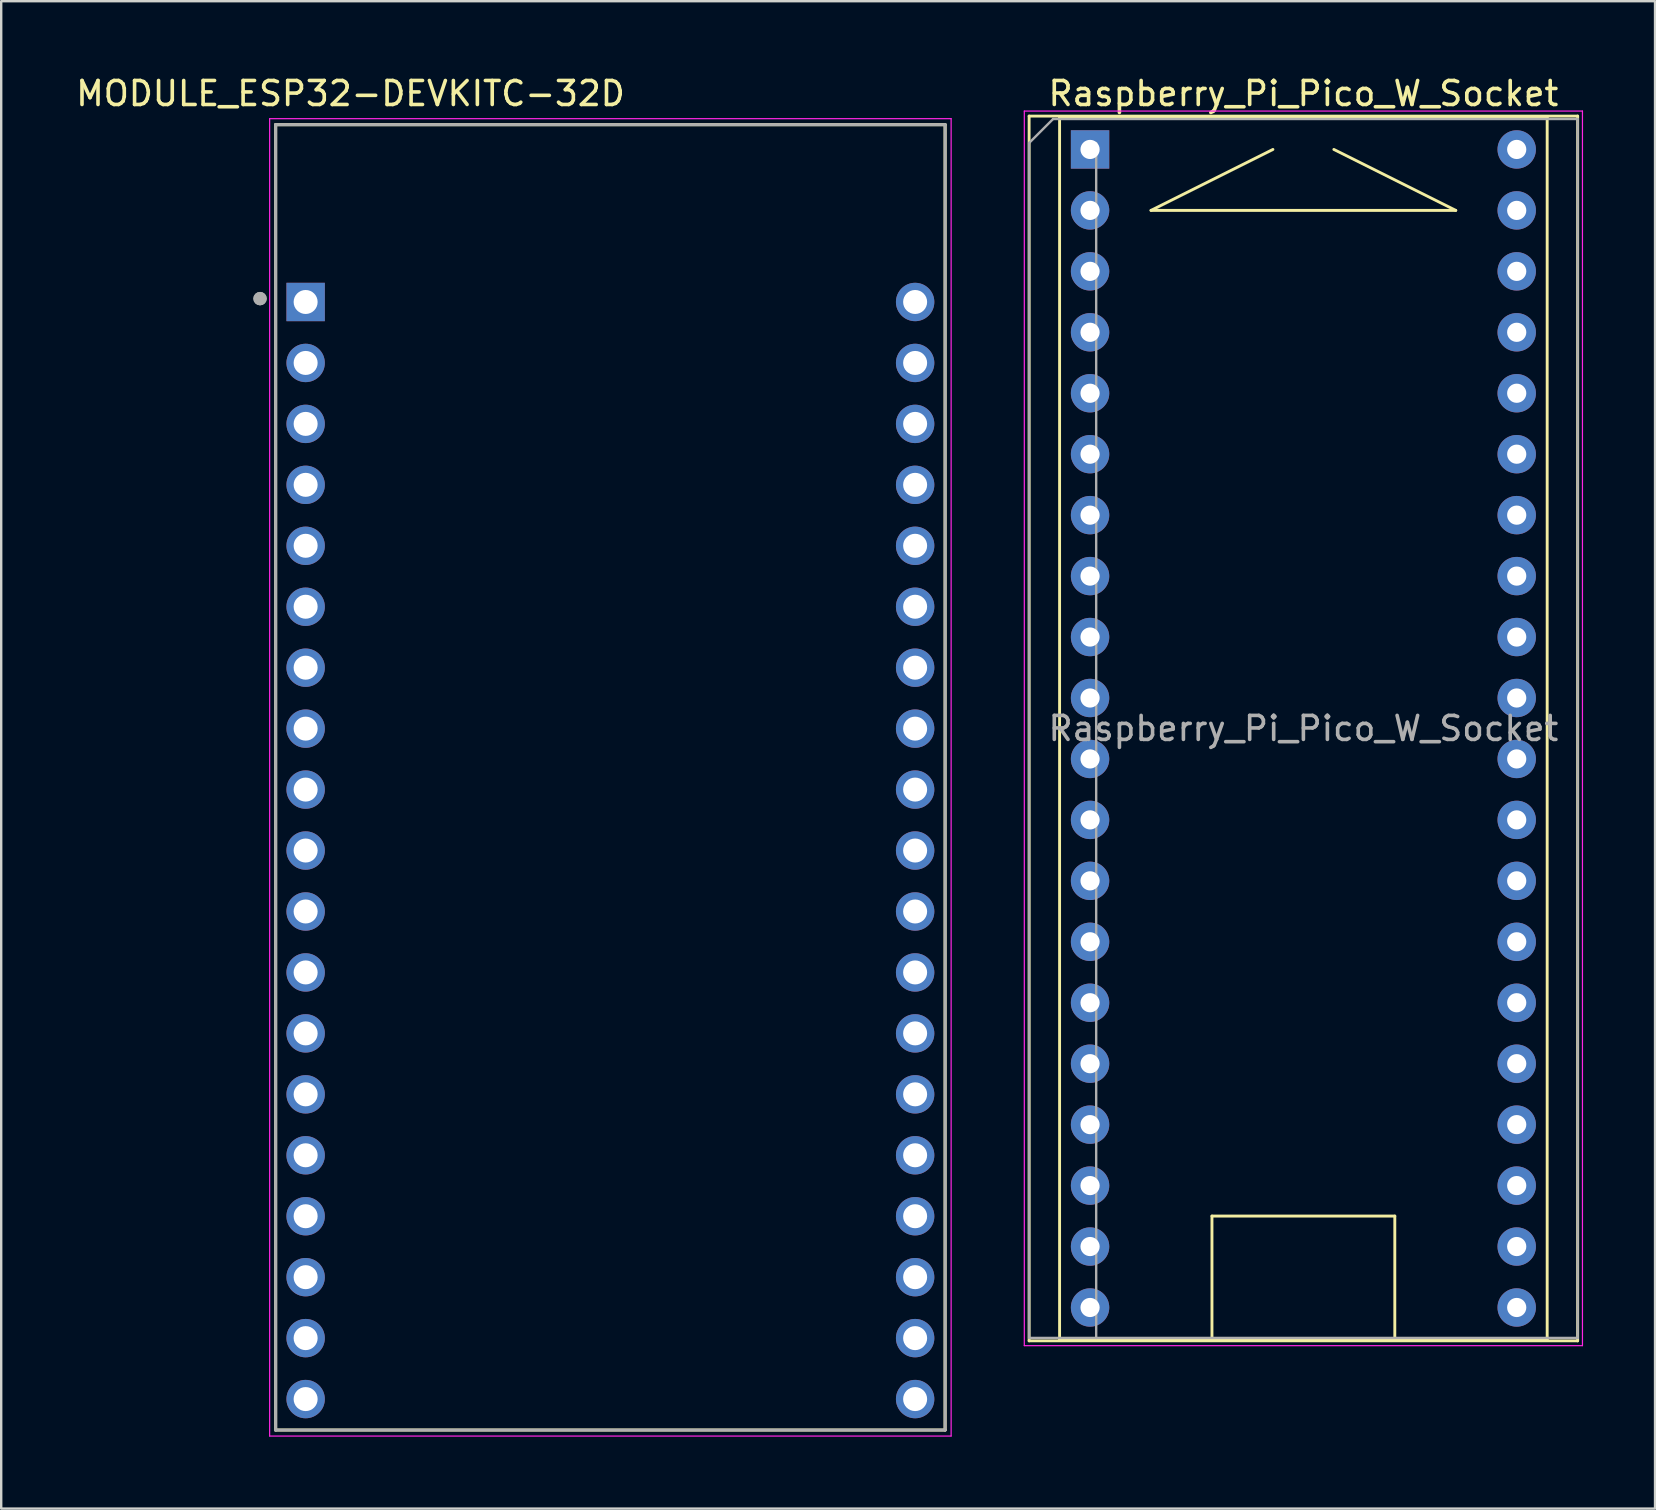
<source format=kicad_pcb>
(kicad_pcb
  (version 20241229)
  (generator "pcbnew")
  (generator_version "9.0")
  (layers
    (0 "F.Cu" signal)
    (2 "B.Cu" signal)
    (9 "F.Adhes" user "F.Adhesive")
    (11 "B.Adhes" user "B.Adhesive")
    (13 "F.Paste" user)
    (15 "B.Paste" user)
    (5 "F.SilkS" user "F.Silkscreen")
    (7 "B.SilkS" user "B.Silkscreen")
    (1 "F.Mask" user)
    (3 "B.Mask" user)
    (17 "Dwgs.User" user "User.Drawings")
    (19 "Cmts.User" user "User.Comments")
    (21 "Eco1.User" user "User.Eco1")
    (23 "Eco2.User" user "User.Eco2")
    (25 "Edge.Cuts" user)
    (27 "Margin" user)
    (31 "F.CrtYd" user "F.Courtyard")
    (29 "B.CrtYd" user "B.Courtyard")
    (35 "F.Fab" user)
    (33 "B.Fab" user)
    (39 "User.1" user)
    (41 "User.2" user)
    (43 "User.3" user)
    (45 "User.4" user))
  (footprint "Raspberry_Pi_Pico_W_Socket"
    (layer "F.Cu")
    (at 51.267 27.308)
    (property "Reference" "Raspberry_Pi_Pico_W_Socket" (at 0 -26.46 0) (layer "F.SilkS") (effects (font (size 1 1) (thickness 0.15))))
    (attr through_hole)
    (fp_line (start -11.43 -25.52) (end -11.43 25.52) (stroke (width 0.12) (type solid)) (layer "F.SilkS"))
    (fp_line (start -11.43 25.52) (end 11.43 25.52) (stroke (width 0.12) (type solid)) (layer "F.SilkS"))
    (fp_line (start -10.16 -25.46) (end -10.16 25.46) (stroke (width 0.12) (type solid)) (layer "F.SilkS"))
    (fp_line (start -10.16 25.46) (end 10.16 25.46) (stroke (width 0.12) (type solid)) (layer "F.SilkS"))
    (fp_line (start -6.35 -21.59) (end -1.27 -24.13) (stroke (width 0.12) (type solid)) (layer "F.SilkS"))
    (fp_line (start -3.81 20.32) (end 3.81 20.32) (stroke (width 0.12) (type solid)) (layer "F.SilkS"))
    (fp_line (start -3.81 25.4) (end -3.81 20.32) (stroke (width 0.12) (type solid)) (layer "F.SilkS"))
    (fp_line (start 1.27 -24.13) (end 6.35 -21.59) (stroke (width 0.12) (type solid)) (layer "F.SilkS"))
    (fp_line (start 3.81 20.32) (end 3.81 25.4) (stroke (width 0.12) (type solid)) (layer "F.SilkS"))
    (fp_line (start 6.35 -21.59) (end -6.35 -21.59) (stroke (width 0.12) (type solid)) (layer "F.SilkS"))
    (fp_line (start 10.16 -25.46) (end -10.16 -25.46) (stroke (width 0.12) (type solid)) (layer "F.SilkS"))
    (fp_line (start 10.16 25.46) (end 10.16 -25.46) (stroke (width 0.12) (type solid)) (layer "F.SilkS"))
    (fp_line (start 11.43 -25.52) (end -11.43 -25.52) (stroke (width 0.12) (type solid)) (layer "F.SilkS"))
    (fp_line (start 11.43 25.52) (end 11.43 -25.52) (stroke (width 0.12) (type solid)) (layer "F.SilkS"))
    (fp_line (start -11.63 -25.73) (end -11.63 25.72) (stroke (width 0.05) (type solid)) (layer "F.CrtYd"))
    (fp_line (start -11.63 25.72) (end 11.63 25.72) (stroke (width 0.05) (type solid)) (layer "F.CrtYd"))
    (fp_line (start 11.63 -25.73) (end -11.63 -25.73) (stroke (width 0.05) (type solid)) (layer "F.CrtYd"))
    (fp_line (start 11.63 25.72) (end 11.63 -25.73) (stroke (width 0.05) (type solid)) (layer "F.CrtYd"))
    (fp_line (start -11.43 -24.4) (end -11.43 25.4) (stroke (width 0.1) (type solid)) (layer "F.Fab"))
    (fp_line (start -11.43 -24.4) (end -10.43 -25.4) (stroke (width 0.1) (type solid)) (layer "F.Fab"))
    (fp_line (start -10.43 -25.4) (end 11.43 -25.4) (stroke (width 0.1) (type solid)) (layer "F.Fab"))
    (fp_line (start -8.635 25.4) (end -8.635 -24.4) (stroke (width 0.1) (type solid)) (layer "F.Fab"))
    (fp_line (start 11.43 -25.4) (end 11.43 25.4) (stroke (width 0.1) (type solid)) (layer "F.Fab"))
    (fp_line (start 11.43 25.4) (end -11.43 25.4) (stroke (width 0.1) (type solid)) (layer "F.Fab"))
    (fp_text user "${REFERENCE}" (at 0 0 0) (layer "F.Fab") (effects (font (size 1 1) (thickness 0.15))))
    (pad "1" thru_hole rect (at -8.89 -24.13) (size 1.6 1.6) (drill 0.8) (layers "*.Cu" "*.Mask"))
    (pad "2" thru_hole oval (at -8.89 -21.59) (size 1.6 1.6) (drill 0.8) (layers "*.Cu" "*.Mask"))
    (pad "3" thru_hole oval (at -8.89 -19.05) (size 1.6 1.6) (drill 0.8) (layers "*.Cu" "*.Mask"))
    (pad "4" thru_hole oval (at -8.89 -16.51) (size 1.6 1.6) (drill 0.8) (layers "*.Cu" "*.Mask"))
    (pad "5" thru_hole oval (at -8.89 -13.97) (size 1.6 1.6) (drill 0.8) (layers "*.Cu" "*.Mask"))
    (pad "6" thru_hole oval (at -8.89 -11.43) (size 1.6 1.6) (drill 0.8) (layers "*.Cu" "*.Mask"))
    (pad "7" thru_hole oval (at -8.89 -8.89) (size 1.6 1.6) (drill 0.8) (layers "*.Cu" "*.Mask"))
    (pad "8" thru_hole oval (at -8.89 -6.35) (size 1.6 1.6) (drill 0.8) (layers "*.Cu" "*.Mask"))
    (pad "9" thru_hole oval (at -8.89 -3.81) (size 1.6 1.6) (drill 0.8) (layers "*.Cu" "*.Mask"))
    (pad "10" thru_hole oval (at -8.89 -1.27) (size 1.6 1.6) (drill 0.8) (layers "*.Cu" "*.Mask"))
    (pad "11" thru_hole oval (at -8.89 1.27) (size 1.6 1.6) (drill 0.8) (layers "*.Cu" "*.Mask"))
    (pad "12" thru_hole oval (at -8.89 3.81) (size 1.6 1.6) (drill 0.8) (layers "*.Cu" "*.Mask"))
    (pad "13" thru_hole oval (at -8.89 6.35) (size 1.6 1.6) (drill 0.8) (layers "*.Cu" "*.Mask"))
    (pad "14" thru_hole oval (at -8.89 8.89) (size 1.6 1.6) (drill 0.8) (layers "*.Cu" "*.Mask"))
    (pad "15" thru_hole oval (at -8.89 11.43) (size 1.6 1.6) (drill 0.8) (layers "*.Cu" "*.Mask"))
    (pad "16" thru_hole oval (at -8.89 13.97) (size 1.6 1.6) (drill 0.8) (layers "*.Cu" "*.Mask"))
    (pad "17" thru_hole oval (at -8.89 16.51) (size 1.6 1.6) (drill 0.8) (layers "*.Cu" "*.Mask"))
    (pad "18" thru_hole oval (at -8.89 19.05) (size 1.6 1.6) (drill 0.8) (layers "*.Cu" "*.Mask"))
    (pad "19" thru_hole oval (at -8.89 21.59) (size 1.6 1.6) (drill 0.8) (layers "*.Cu" "*.Mask"))
    (pad "20" thru_hole oval (at -8.89 24.13) (size 1.6 1.6) (drill 0.8) (layers "*.Cu" "*.Mask"))
    (pad "21" thru_hole oval (at 8.89 24.13) (size 1.6 1.6) (drill 0.8) (layers "*.Cu" "*.Mask"))
    (pad "22" thru_hole oval (at 8.89 21.59) (size 1.6 1.6) (drill 0.8) (layers "*.Cu" "*.Mask"))
    (pad "23" thru_hole oval (at 8.89 19.05) (size 1.6 1.6) (drill 0.8) (layers "*.Cu" "*.Mask"))
    (pad "24" thru_hole oval (at 8.89 16.51) (size 1.6 1.6) (drill 0.8) (layers "*.Cu" "*.Mask"))
    (pad "25" thru_hole oval (at 8.89 13.97) (size 1.6 1.6) (drill 0.8) (layers "*.Cu" "*.Mask"))
    (pad "26" thru_hole oval (at 8.89 11.43) (size 1.6 1.6) (drill 0.8) (layers "*.Cu" "*.Mask"))
    (pad "27" thru_hole oval (at 8.89 8.89) (size 1.6 1.6) (drill 0.8) (layers "*.Cu" "*.Mask"))
    (pad "28" thru_hole oval (at 8.89 6.35) (size 1.6 1.6) (drill 0.8) (layers "*.Cu" "*.Mask"))
    (pad "29" thru_hole oval (at 8.89 3.81) (size 1.6 1.6) (drill 0.8) (layers "*.Cu" "*.Mask"))
    (pad "30" thru_hole oval (at 8.89 1.27) (size 1.6 1.6) (drill 0.8) (layers "*.Cu" "*.Mask"))
    (pad "31" thru_hole oval (at 8.89 -1.27) (size 1.6 1.6) (drill 0.8) (layers "*.Cu" "*.Mask"))
    (pad "32" thru_hole oval (at 8.89 -3.81) (size 1.6 1.6) (drill 0.8) (layers "*.Cu" "*.Mask"))
    (pad "33" thru_hole oval (at 8.89 -6.35) (size 1.6 1.6) (drill 0.8) (layers "*.Cu" "*.Mask"))
    (pad "34" thru_hole oval (at 8.89 -8.89) (size 1.6 1.6) (drill 0.8) (layers "*.Cu" "*.Mask"))
    (pad "35" thru_hole oval (at 8.89 -11.43) (size 1.6 1.6) (drill 0.8) (layers "*.Cu" "*.Mask"))
    (pad "36" thru_hole oval (at 8.89 -13.97) (size 1.6 1.6) (drill 0.8) (layers "*.Cu" "*.Mask"))
    (pad "37" thru_hole oval (at 8.89 -16.51) (size 1.6 1.6) (drill 0.8) (layers "*.Cu" "*.Mask"))
    (pad "38" thru_hole oval (at 8.89 -19.05) (size 1.6 1.6) (drill 0.8) (layers "*.Cu" "*.Mask"))
    (pad "39" thru_hole oval (at 8.89 -21.59) (size 1.6 1.6) (drill 0.8) (layers "*.Cu" "*.Mask"))
    (pad "40" thru_hole oval (at 8.89 -24.13) (size 1.6 1.6) (drill 0.8) (layers "*.Cu" "*.Mask")))
  (footprint "MODULE_ESP32-DEVKITC-32D"
    (layer "F.Cu")
    (at 22.387 29.295)
    (property "Reference" "MODULE_ESP32-DEVKITC-32D" (at -10.829 -28.446 0) (layer "F.SilkS") (effects (font (size 1 1) (thickness 0.15))))
    (attr through_hole)
    (fp_line (start -13.95 -27.15) (end 13.95 -27.15) (stroke (width 0.127) (type solid)) (layer "F.SilkS"))
    (fp_line (start -13.95 27.25) (end -13.95 -27.15) (stroke (width 0.127) (type solid)) (layer "F.SilkS"))
    (fp_line (start 13.95 -27.15) (end 13.95 27.25) (stroke (width 0.127) (type solid)) (layer "F.SilkS"))
    (fp_line (start 13.95 27.25) (end -13.95 27.25) (stroke (width 0.127) (type solid)) (layer "F.SilkS"))
    (fp_line (start -14.2 -27.4) (end 14.2 -27.4) (stroke (width 0.05) (type solid)) (layer "F.CrtYd"))
    (fp_line (start -14.2 27.5) (end -14.2 -27.4) (stroke (width 0.05) (type solid)) (layer "F.CrtYd"))
    (fp_line (start 14.2 -27.4) (end 14.2 27.5) (stroke (width 0.05) (type solid)) (layer "F.CrtYd"))
    (fp_line (start 14.2 27.5) (end -14.2 27.5) (stroke (width 0.05) (type solid)) (layer "F.CrtYd"))
    (fp_line (start -13.95 -27.15) (end 13.95 -27.15) (stroke (width 0.127) (type solid)) (layer "F.Fab"))
    (fp_line (start -13.95 27.25) (end -13.95 -27.15) (stroke (width 0.127) (type solid)) (layer "F.Fab"))
    (fp_line (start 13.95 -27.15) (end 13.95 27.25) (stroke (width 0.127) (type solid)) (layer "F.Fab"))
    (fp_line (start 13.95 27.25) (end -13.95 27.25) (stroke (width 0.127) (type solid)) (layer "F.Fab"))
    (fp_circle (center -14.6 -19.9) (end -14.46 -19.9) (stroke (width 0.28) (type solid)) (fill no) (layer "F.Fab"))
    (fp_circle (center -14.6 -19.9) (end -14.46 -19.9) (stroke (width 0.28) (type solid)) (fill no) (layer "F.Fab"))
    (pad "1" thru_hole rect (at -12.7 -19.76) (size 1.6 1.6) (drill 1) (layers "*.Cu" "*.Mask"))
    (pad "2" thru_hole circle (at -12.7 -17.22) (size 1.6 1.6) (drill 1) (layers "*.Cu" "*.Mask"))
    (pad "3" thru_hole circle (at -12.7 -14.68) (size 1.6 1.6) (drill 1) (layers "*.Cu" "*.Mask"))
    (pad "4" thru_hole circle (at -12.7 -12.14) (size 1.6 1.6) (drill 1) (layers "*.Cu" "*.Mask"))
    (pad "5" thru_hole circle (at -12.7 -9.6) (size 1.6 1.6) (drill 1) (layers "*.Cu" "*.Mask"))
    (pad "6" thru_hole circle (at -12.7 -7.06) (size 1.6 1.6) (drill 1) (layers "*.Cu" "*.Mask"))
    (pad "7" thru_hole circle (at -12.7 -4.52) (size 1.6 1.6) (drill 1) (layers "*.Cu" "*.Mask"))
    (pad "8" thru_hole circle (at -12.7 -1.98) (size 1.6 1.6) (drill 1) (layers "*.Cu" "*.Mask"))
    (pad "9" thru_hole circle (at -12.7 0.56) (size 1.6 1.6) (drill 1) (layers "*.Cu" "*.Mask"))
    (pad "10" thru_hole circle (at -12.7 3.1) (size 1.6 1.6) (drill 1) (layers "*.Cu" "*.Mask"))
    (pad "11" thru_hole circle (at -12.7 5.64) (size 1.6 1.6) (drill 1) (layers "*.Cu" "*.Mask"))
    (pad "12" thru_hole circle (at -12.7 8.18) (size 1.6 1.6) (drill 1) (layers "*.Cu" "*.Mask"))
    (pad "13" thru_hole circle (at -12.7 10.72) (size 1.6 1.6) (drill 1) (layers "*.Cu" "*.Mask"))
    (pad "14" thru_hole circle (at -12.7 13.26) (size 1.6 1.6) (drill 1) (layers "*.Cu" "*.Mask"))
    (pad "15" thru_hole circle (at -12.7 15.8) (size 1.6 1.6) (drill 1) (layers "*.Cu" "*.Mask"))
    (pad "16" thru_hole circle (at -12.7 18.34) (size 1.6 1.6) (drill 1) (layers "*.Cu" "*.Mask"))
    (pad "17" thru_hole circle (at -12.7 20.88) (size 1.6 1.6) (drill 1) (layers "*.Cu" "*.Mask"))
    (pad "18" thru_hole circle (at -12.7 23.42) (size 1.6 1.6) (drill 1) (layers "*.Cu" "*.Mask"))
    (pad "19" thru_hole circle (at -12.7 25.96) (size 1.6 1.6) (drill 1) (layers "*.Cu" "*.Mask"))
    (pad "20" thru_hole circle (at 12.7 -19.76) (size 1.6 1.6) (drill 1) (layers "*.Cu" "*.Mask"))
    (pad "21" thru_hole circle (at 12.7 -17.22) (size 1.6 1.6) (drill 1) (layers "*.Cu" "*.Mask"))
    (pad "22" thru_hole circle (at 12.7 -14.68) (size 1.6 1.6) (drill 1) (layers "*.Cu" "*.Mask"))
    (pad "23" thru_hole circle (at 12.7 -12.14) (size 1.6 1.6) (drill 1) (layers "*.Cu" "*.Mask"))
    (pad "24" thru_hole circle (at 12.7 -9.6) (size 1.6 1.6) (drill 1) (layers "*.Cu" "*.Mask"))
    (pad "25" thru_hole circle (at 12.7 -7.06) (size 1.6 1.6) (drill 1) (layers "*.Cu" "*.Mask"))
    (pad "26" thru_hole circle (at 12.7 -4.52) (size 1.6 1.6) (drill 1) (layers "*.Cu" "*.Mask"))
    (pad "27" thru_hole circle (at 12.7 -1.98) (size 1.6 1.6) (drill 1) (layers "*.Cu" "*.Mask"))
    (pad "28" thru_hole circle (at 12.7 0.56) (size 1.6 1.6) (drill 1) (layers "*.Cu" "*.Mask"))
    (pad "29" thru_hole circle (at 12.7 3.1) (size 1.6 1.6) (drill 1) (layers "*.Cu" "*.Mask"))
    (pad "30" thru_hole circle (at 12.7 5.64) (size 1.6 1.6) (drill 1) (layers "*.Cu" "*.Mask"))
    (pad "31" thru_hole circle (at 12.7 8.18) (size 1.6 1.6) (drill 1) (layers "*.Cu" "*.Mask"))
    (pad "32" thru_hole circle (at 12.7 10.72) (size 1.6 1.6) (drill 1) (layers "*.Cu" "*.Mask"))
    (pad "33" thru_hole circle (at 12.7 13.26) (size 1.6 1.6) (drill 1) (layers "*.Cu" "*.Mask"))
    (pad "34" thru_hole circle (at 12.7 15.8) (size 1.6 1.6) (drill 1) (layers "*.Cu" "*.Mask"))
    (pad "35" thru_hole circle (at 12.7 18.34) (size 1.6 1.6) (drill 1) (layers "*.Cu" "*.Mask"))
    (pad "36" thru_hole circle (at 12.7 20.88) (size 1.6 1.6) (drill 1) (layers "*.Cu" "*.Mask"))
    (pad "37" thru_hole circle (at 12.7 23.42) (size 1.6 1.6) (drill 1) (layers "*.Cu" "*.Mask"))
    (pad "38" thru_hole circle (at 12.7 25.96) (size 1.6 1.6) (drill 1) (layers "*.Cu" "*.Mask")))
  (gr_rect
    (start -3 -3)
    (end 65.922 59.82)
    (stroke (width 0.1) (type default))
    (fill no)
    (layer "Edge.Cuts")))
</source>
